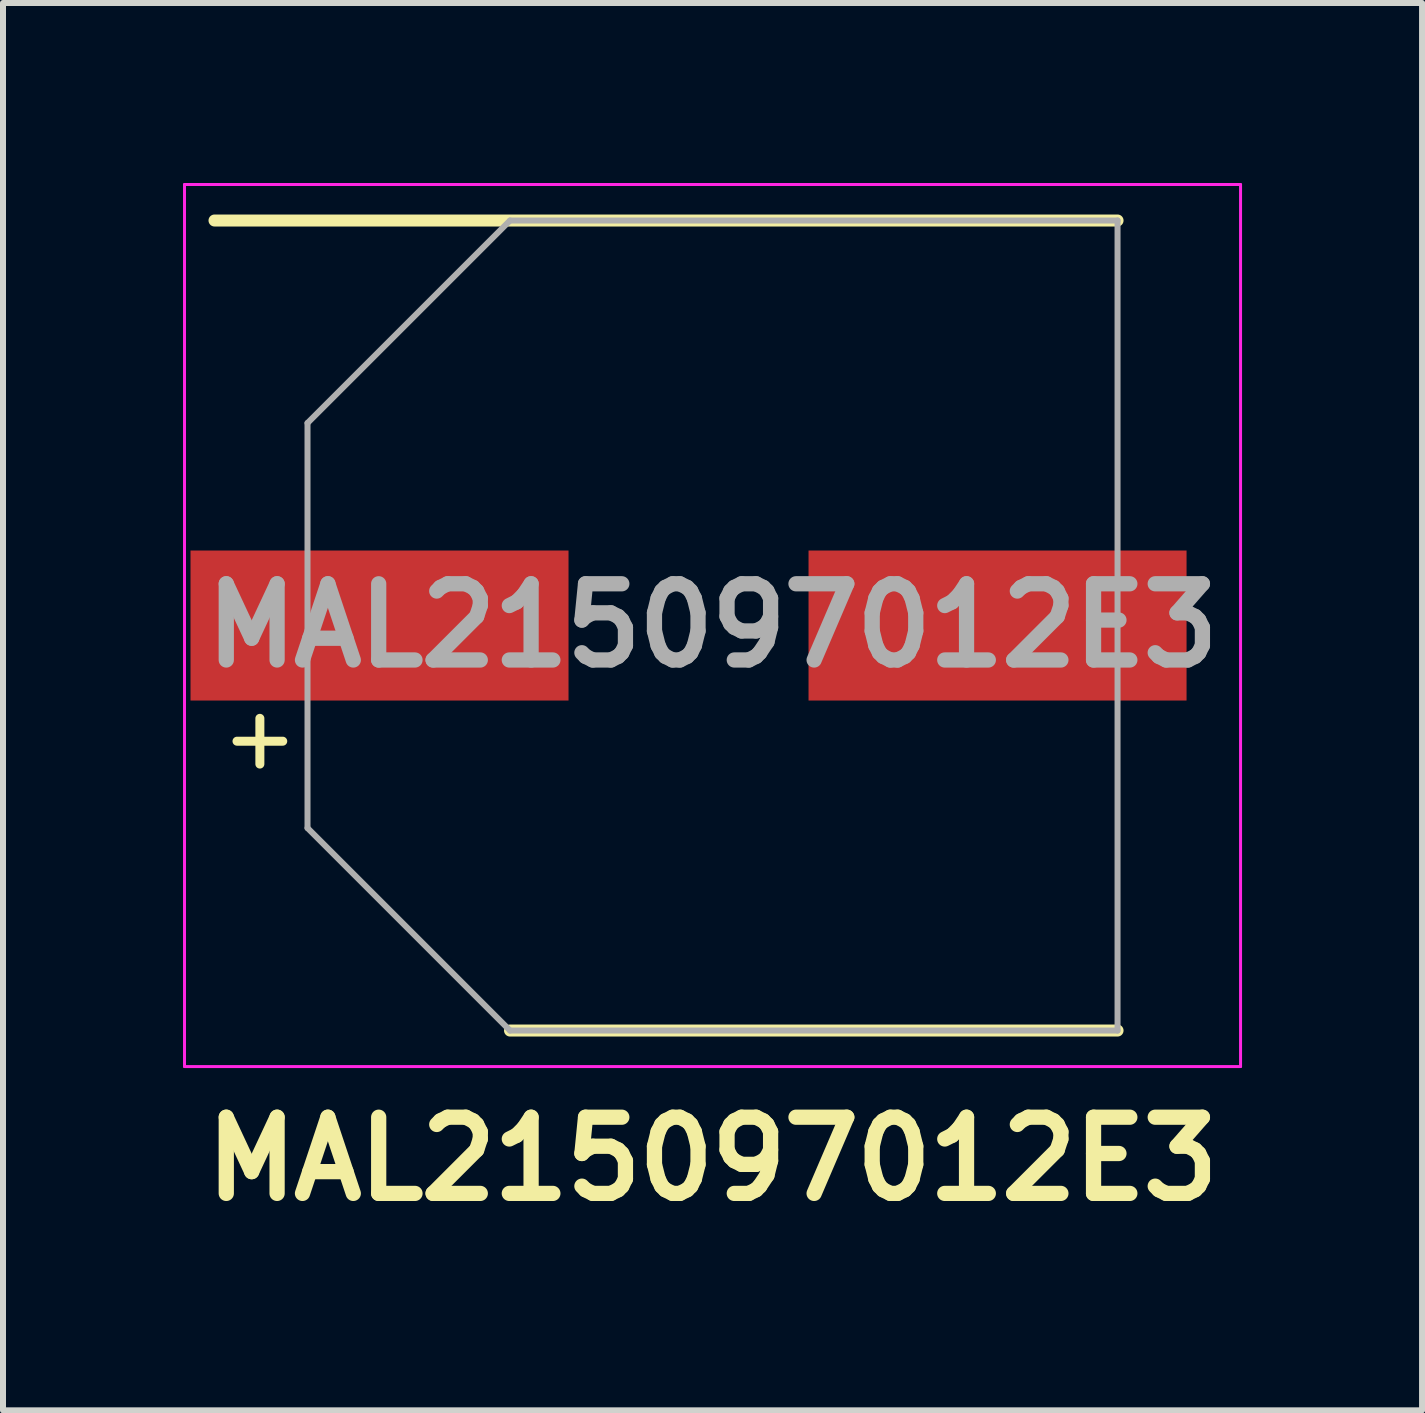
<source format=kicad_pcb>
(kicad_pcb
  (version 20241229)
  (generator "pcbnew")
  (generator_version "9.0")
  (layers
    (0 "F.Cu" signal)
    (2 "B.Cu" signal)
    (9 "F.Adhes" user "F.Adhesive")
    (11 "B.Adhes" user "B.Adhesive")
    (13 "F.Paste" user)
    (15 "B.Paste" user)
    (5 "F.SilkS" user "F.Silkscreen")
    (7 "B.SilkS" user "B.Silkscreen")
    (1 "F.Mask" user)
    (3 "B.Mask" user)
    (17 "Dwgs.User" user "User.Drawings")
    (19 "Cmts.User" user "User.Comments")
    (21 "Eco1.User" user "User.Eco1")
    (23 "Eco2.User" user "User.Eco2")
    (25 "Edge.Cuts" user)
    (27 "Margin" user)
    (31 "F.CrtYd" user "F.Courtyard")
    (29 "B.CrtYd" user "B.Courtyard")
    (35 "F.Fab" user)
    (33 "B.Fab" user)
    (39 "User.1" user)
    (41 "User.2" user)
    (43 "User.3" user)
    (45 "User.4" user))
  (footprint "MAL215097012E3"
    (layer "F.Cu")
    (at 8.825 7.375)
    (property "Reference" "MAL215097012E3" (at 0 8.89 0) (layer "F.SilkS") (effects (font (size 1.27 1.27) (thickness 0.254))))
    (attr smd)
    (fp_line (start -8.3 -6.75) (end 6.75 -6.75) (stroke (width 0.2) (type solid)) (layer "F.SilkS"))
    (fp_line (start -3.375 6.75) (end 6.75 6.75) (stroke (width 0.2) (type solid)) (layer "F.SilkS"))
    (fp_line (start -8.8 -7.35) (end 8.8 -7.35) (stroke (width 0.05) (type solid)) (layer "F.CrtYd"))
    (fp_line (start -8.8 7.35) (end -8.8 -7.35) (stroke (width 0.05) (type solid)) (layer "F.CrtYd"))
    (fp_line (start 8.8 -7.35) (end 8.8 7.35) (stroke (width 0.05) (type solid)) (layer "F.CrtYd"))
    (fp_line (start 8.8 7.35) (end -8.8 7.35) (stroke (width 0.05) (type solid)) (layer "F.CrtYd"))
    (fp_line (start -6.75 -3.375) (end -6.75 3.375) (stroke (width 0.1) (type solid)) (layer "F.Fab"))
    (fp_line (start -6.75 3.375) (end -3.375 6.75) (stroke (width 0.1) (type solid)) (layer "F.Fab"))
    (fp_line (start -3.375 -6.75) (end -6.75 -3.375) (stroke (width 0.1) (type solid)) (layer "F.Fab"))
    (fp_line (start -3.375 6.75) (end 6.75 6.75) (stroke (width 0.1) (type solid)) (layer "F.Fab"))
    (fp_line (start 6.75 -6.75) (end -3.375 -6.75) (stroke (width 0.1) (type solid)) (layer "F.Fab"))
    (fp_line (start 6.75 6.75) (end 6.75 -6.75) (stroke (width 0.1) (type solid)) (layer "F.Fab"))
    (fp_text user "+" (at -7.544 1.854 0) (layer "F.SilkS") (effects (font (size 1 1) (thickness 0.15))))
    (fp_text user "${REFERENCE}" (at 0 0 0) (layer "F.Fab") (effects (font (size 1.27 1.27) (thickness 0.254))))
    (pad "1" smd rect (at -5.55 0 90) (size 2.5 6.3) (layers "F.Cu" "F.Mask" "F.Paste"))
    (pad "2" smd rect (at 4.75 0 90) (size 2.5 6.3) (layers "F.Cu" "F.Mask" "F.Paste")))
  (gr_rect
    (start -3 -3)
    (end 20.65 20.454)
    (stroke (width 0.1) (type default))
    (fill no)
    (layer "Edge.Cuts")))
</source>
